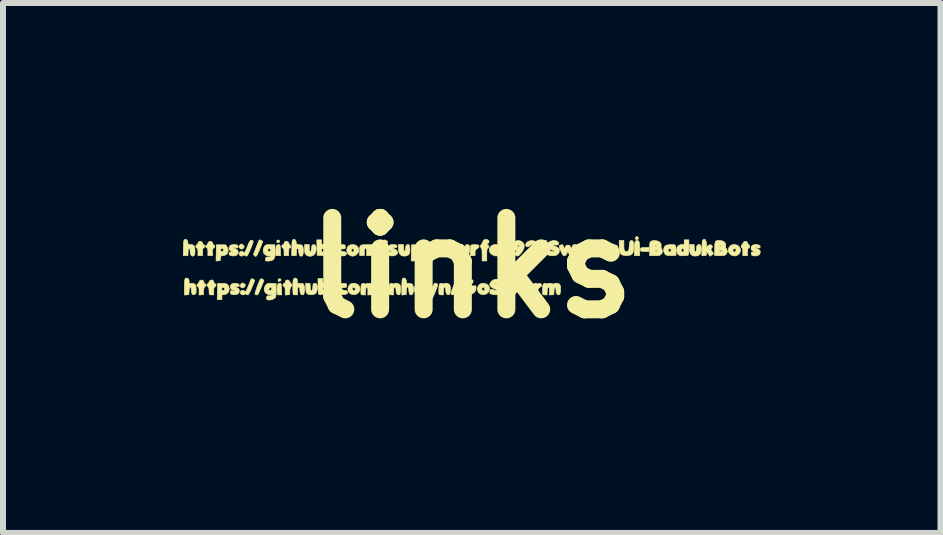
<source format=kicad_pcb>
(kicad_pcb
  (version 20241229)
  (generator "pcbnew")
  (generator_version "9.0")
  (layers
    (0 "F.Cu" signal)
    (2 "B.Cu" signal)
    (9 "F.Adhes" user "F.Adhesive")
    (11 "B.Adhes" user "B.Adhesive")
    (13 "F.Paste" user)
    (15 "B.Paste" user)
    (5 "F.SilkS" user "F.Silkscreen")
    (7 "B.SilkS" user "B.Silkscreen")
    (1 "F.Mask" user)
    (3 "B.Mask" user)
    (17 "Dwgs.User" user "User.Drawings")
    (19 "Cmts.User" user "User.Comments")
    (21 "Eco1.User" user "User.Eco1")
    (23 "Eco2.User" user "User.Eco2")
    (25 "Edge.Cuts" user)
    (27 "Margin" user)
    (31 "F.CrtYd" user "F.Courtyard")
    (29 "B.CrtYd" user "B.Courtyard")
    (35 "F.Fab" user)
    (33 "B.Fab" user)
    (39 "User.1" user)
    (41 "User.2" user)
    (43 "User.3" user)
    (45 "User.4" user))
  (footprint "links"
    (layer "F.Cu")
    (at 4.812 1.418)
    (property "Reference" "links" (at 0 0 0) (layer "F.SilkS") (effects (font (size 1.524 1.524) (thickness 0.3))))
    (attr through_hole)
    (fp_poly (pts (xy -3.203 -0.457) (xy -3.2 -0.441) (xy -3.209 -0.426) (xy -3.22 -0.422) (xy -3.239 -0.425) (xy -3.246 -0.433) (xy -3.246 -0.454) (xy -3.232 -0.466) (xy -3.218 -0.467) (xy -3.203 -0.457)) (stroke (width 0.01) (type solid)) (fill yes) (layer "F.SilkS"))
    (fp_poly (pts (xy -3.189 0.18) (xy -3.177 0.193) (xy -3.177 0.203) (xy -3.187 0.217) (xy -3.205 0.223) (xy -3.222 0.218) (xy -3.227 0.211) (xy -3.225 0.194) (xy -3.211 0.181) (xy -3.192 0.179) (xy -3.189 0.18)) (stroke (width 0.01) (type solid)) (fill yes) (layer "F.SilkS"))
    (fp_poly (pts (xy 2.764 -0.522) (xy 2.769 -0.519) (xy 2.783 -0.5) (xy 2.78 -0.483) (xy 2.769 -0.475) (xy 2.753 -0.47) (xy 2.744 -0.474) (xy 2.737 -0.482) (xy 2.732 -0.498) (xy 2.739 -0.513) (xy 2.752 -0.526) (xy 2.764 -0.522)) (stroke (width 0.01) (type solid)) (fill yes) (layer "F.SilkS"))
    (fp_poly (pts (xy -2.283 0.379) (xy -2.271 0.398) (xy -2.274 0.425) (xy -2.275 0.425) (xy -2.292 0.444) (xy -2.317 0.449) (xy -2.341 0.439) (xy -2.343 0.438) (xy -2.354 0.415) (xy -2.35 0.393) (xy -2.332 0.377) (xy -2.31 0.371) (xy -2.283 0.379)) (stroke (width 0.01) (type solid)) (fill yes) (layer "F.SilkS"))
    (fp_poly (pts (xy -3.802 0.254) (xy -3.79 0.262) (xy -3.774 0.278) (xy -3.773 0.293) (xy -3.778 0.307) (xy -3.796 0.326) (xy -3.82 0.332) (xy -3.844 0.323) (xy -3.849 0.318) (xy -3.857 0.295) (xy -3.848 0.271) (xy -3.833 0.257) (xy -3.817 0.249) (xy -3.802 0.254)) (stroke (width 0.01) (type solid)) (fill yes) (layer "F.SilkS"))
    (fp_poly (pts (xy 2.96 -0.274) (xy 2.899 -0.274) (xy 2.865 -0.275) (xy 2.838 -0.278) (xy 2.826 -0.28) (xy 2.816 -0.293) (xy 2.814 -0.313) (xy 2.822 -0.331) (xy 2.829 -0.336) (xy 2.847 -0.339) (xy 2.877 -0.341) (xy 2.902 -0.342) (xy 2.96 -0.342) (xy 2.96 -0.274)) (stroke (width 0.01) (type solid)) (fill yes) (layer "F.SilkS"))
    (fp_poly (pts (xy -3.214 -0.389) (xy -3.202 -0.387) (xy -3.195 -0.38) (xy -3.191 -0.366) (xy -3.189 -0.341) (xy -3.187 -0.3) (xy -3.187 -0.296) (xy -3.184 -0.205) (xy -3.263 -0.205) (xy -3.263 -0.281) (xy -3.261 -0.332) (xy -3.254 -0.366) (xy -3.241 -0.384) (xy -3.221 -0.39) (xy -3.214 -0.389)) (stroke (width 0.01) (type solid)) (fill yes) (layer "F.SilkS"))
    (fp_poly (pts (xy -2.313 -0.277) (xy -2.301 -0.268) (xy -2.289 -0.25) (xy -2.286 -0.239) (xy -2.294 -0.217) (xy -2.314 -0.202) (xy -2.339 -0.197) (xy -2.361 -0.206) (xy -2.362 -0.207) (xy -2.372 -0.229) (xy -2.368 -0.253) (xy -2.354 -0.274) (xy -2.332 -0.283) (xy -2.33 -0.283) (xy -2.313 -0.277)) (stroke (width 0.01) (type solid)) (fill yes) (layer "F.SilkS"))
    (fp_poly (pts (xy -3.819 -0.393) (xy -3.801 -0.376) (xy -3.791 -0.358) (xy -3.79 -0.354) (xy -3.798 -0.337) (xy -3.815 -0.32) (xy -3.834 -0.313) (xy -3.834 -0.313) (xy -3.852 -0.319) (xy -3.863 -0.328) (xy -3.875 -0.346) (xy -3.878 -0.357) (xy -3.871 -0.375) (xy -3.854 -0.393) (xy -3.835 -0.401) (xy -3.819 -0.393)) (stroke (width 0.01) (type solid)) (fill yes) (layer "F.SilkS"))
    (fp_poly (pts (xy 2.777 -0.456) (xy 2.79 -0.443) (xy 2.798 -0.419) (xy 2.802 -0.382) (xy 2.804 -0.327) (xy 2.804 -0.317) (xy 2.804 -0.205) (xy 2.716 -0.205) (xy 2.716 -0.317) (xy 2.717 -0.374) (xy 2.721 -0.414) (xy 2.728 -0.44) (xy 2.74 -0.454) (xy 2.757 -0.459) (xy 2.76 -0.459) (xy 2.777 -0.456)) (stroke (width 0.01) (type solid)) (fill yes) (layer "F.SilkS"))
    (fp_poly (pts (xy -3.194 0.256) (xy -3.183 0.258) (xy -3.176 0.264) (xy -3.172 0.277) (xy -3.169 0.302) (xy -3.168 0.341) (xy -3.167 0.354) (xy -3.165 0.449) (xy -3.197 0.449) (xy -3.222 0.448) (xy -3.236 0.443) (xy -3.237 0.443) (xy -3.24 0.431) (xy -3.242 0.404) (xy -3.243 0.369) (xy -3.243 0.362) (xy -3.241 0.311) (xy -3.234 0.278) (xy -3.221 0.26) (xy -3.201 0.255) (xy -3.194 0.256)) (stroke (width 0.01) (type solid)) (fill yes) (layer "F.SilkS"))
    (fp_poly (pts (xy 0.642 -0.388) (xy 0.658 -0.374) (xy 0.66 -0.37) (xy 0.661 -0.35) (xy 0.649 -0.333) (xy 0.624 -0.319) (xy 0.609 -0.308) (xy 0.602 -0.291) (xy 0.598 -0.26) (xy 0.598 -0.256) (xy 0.595 -0.205) (xy 0.517 -0.205) (xy 0.52 -0.296) (xy 0.523 -0.386) (xy 0.554 -0.389) (xy 0.579 -0.388) (xy 0.586 -0.38) (xy 0.589 -0.372) (xy 0.598 -0.379) (xy 0.619 -0.39) (xy 0.642 -0.388)) (stroke (width 0.01) (type solid)) (fill yes) (layer "F.SilkS"))
    (fp_poly (pts (xy -0.488 -0.388) (xy -0.454 -0.386) (xy -0.434 -0.383) (xy -0.425 -0.376) (xy -0.422 -0.364) (xy -0.425 -0.346) (xy -0.442 -0.329) (xy -0.454 -0.321) (xy -0.475 -0.307) (xy -0.485 -0.293) (xy -0.488 -0.27) (xy -0.488 -0.253) (xy -0.488 -0.205) (xy -0.567 -0.205) (xy -0.566 -0.286) (xy -0.566 -0.325) (xy -0.563 -0.356) (xy -0.56 -0.376) (xy -0.559 -0.378) (xy -0.544 -0.385) (xy -0.512 -0.388) (xy -0.488 -0.388)) (stroke (width 0.01) (type solid)) (fill yes) (layer "F.SilkS"))
    (fp_poly (pts (xy 0.059 -0.388) (xy 0.093 -0.386) (xy 0.113 -0.383) (xy 0.122 -0.376) (xy 0.125 -0.364) (xy 0.122 -0.346) (xy 0.105 -0.329) (xy 0.093 -0.321) (xy 0.072 -0.307) (xy 0.062 -0.293) (xy 0.059 -0.27) (xy 0.059 -0.253) (xy 0.059 -0.205) (xy -0.02 -0.205) (xy -0.019 -0.286) (xy -0.018 -0.325) (xy -0.016 -0.356) (xy -0.013 -0.376) (xy -0.012 -0.378) (xy 0.003 -0.385) (xy 0.035 -0.388) (xy 0.059 -0.388)) (stroke (width 0.01) (type solid)) (fill yes) (layer "F.SilkS"))
    (fp_poly (pts (xy 2.093 -0.388) (xy 2.112 -0.384) (xy 2.122 -0.377) (xy 2.125 -0.369) (xy 2.126 -0.349) (xy 2.113 -0.333) (xy 2.089 -0.319) (xy 2.075 -0.308) (xy 2.067 -0.291) (xy 2.063 -0.26) (xy 2.063 -0.256) (xy 2.06 -0.205) (xy 1.983 -0.205) (xy 1.983 -0.286) (xy 1.984 -0.324) (xy 1.986 -0.356) (xy 1.99 -0.375) (xy 1.991 -0.378) (xy 2.004 -0.384) (xy 2.032 -0.388) (xy 2.059 -0.389) (xy 2.093 -0.388)) (stroke (width 0.01) (type solid)) (fill yes) (layer "F.SilkS"))
    (fp_poly (pts (xy -1.449 -0.467) (xy -1.429 -0.459) (xy -1.427 -0.458) (xy -1.398 -0.445) (xy -1.449 -0.323) (xy -1.471 -0.27) (xy -1.489 -0.234) (xy -1.503 -0.211) (xy -1.517 -0.2) (xy -1.53 -0.198) (xy -1.541 -0.202) (xy -1.552 -0.215) (xy -1.553 -0.224) (xy -1.55 -0.238) (xy -1.541 -0.265) (xy -1.527 -0.302) (xy -1.512 -0.343) (xy -1.495 -0.384) (xy -1.48 -0.422) (xy -1.467 -0.451) (xy -1.459 -0.467) (xy -1.459 -0.468) (xy -1.449 -0.467)) (stroke (width 0.01) (type solid)) (fill yes) (layer "F.SilkS"))
    (fp_poly (pts (xy -0.24 0.179) (xy -0.219 0.186) (xy -0.217 0.186) (xy -0.187 0.197) (xy -0.238 0.321) (xy -0.26 0.373) (xy -0.277 0.41) (xy -0.29 0.432) (xy -0.301 0.444) (xy -0.308 0.447) (xy -0.328 0.447) (xy -0.335 0.443) (xy -0.34 0.433) (xy -0.34 0.416) (xy -0.334 0.391) (xy -0.321 0.353) (xy -0.301 0.301) (xy -0.297 0.291) (xy -0.279 0.249) (xy -0.265 0.213) (xy -0.254 0.189) (xy -0.25 0.178) (xy -0.25 0.178) (xy -0.24 0.179)) (stroke (width 0.01) (type solid)) (fill yes) (layer "F.SilkS"))
    (fp_poly (pts (xy -3.483 0.188) (xy -3.467 0.199) (xy -3.462 0.21) (xy -3.462 0.21) (xy -3.476 0.247) (xy -3.494 0.29) (xy -3.512 0.333) (xy -3.53 0.374) (xy -3.544 0.408) (xy -3.555 0.43) (xy -3.559 0.437) (xy -3.577 0.448) (xy -3.597 0.447) (xy -3.611 0.434) (xy -3.611 0.434) (xy -3.61 0.42) (xy -3.602 0.393) (xy -3.59 0.356) (xy -3.575 0.314) (xy -3.559 0.272) (xy -3.543 0.233) (xy -3.529 0.202) (xy -3.519 0.184) (xy -3.516 0.18) (xy -3.502 0.18) (xy -3.483 0.188)) (stroke (width 0.01) (type solid)) (fill yes) (layer "F.SilkS"))
    (fp_poly (pts (xy -4.336 -0.442) (xy -4.321 -0.426) (xy -4.318 -0.41) (xy -4.31 -0.394) (xy -4.298 -0.388) (xy -4.282 -0.375) (xy -4.279 -0.363) (xy -4.287 -0.342) (xy -4.298 -0.332) (xy -4.31 -0.323) (xy -4.316 -0.306) (xy -4.318 -0.278) (xy -4.318 -0.263) (xy -4.318 -0.205) (xy -4.396 -0.205) (xy -4.396 -0.265) (xy -4.397 -0.3) (xy -4.402 -0.323) (xy -4.413 -0.338) (xy -4.418 -0.343) (xy -4.44 -0.361) (xy -4.419 -0.379) (xy -4.401 -0.4) (xy -4.392 -0.418) (xy -4.378 -0.438) (xy -4.357 -0.446) (xy -4.336 -0.442)) (stroke (width 0.01) (type solid)) (fill yes) (layer "F.SilkS"))
    (fp_poly (pts (xy -3.041 0.212) (xy -3.032 0.228) (xy -3.019 0.251) (xy -3.008 0.262) (xy -2.992 0.277) (xy -2.993 0.293) (xy -3.008 0.31) (xy -3.021 0.329) (xy -3.028 0.36) (xy -3.03 0.386) (xy -3.033 0.445) (xy -3.107 0.451) (xy -3.107 0.387) (xy -3.108 0.351) (xy -3.111 0.329) (xy -3.119 0.317) (xy -3.126 0.313) (xy -3.142 0.297) (xy -3.146 0.284) (xy -3.138 0.266) (xy -3.126 0.259) (xy -3.11 0.246) (xy -3.107 0.235) (xy -3.099 0.212) (xy -3.082 0.201) (xy -3.06 0.2) (xy -3.041 0.212)) (stroke (width 0.01) (type solid)) (fill yes) (layer "F.SilkS"))
    (fp_poly (pts (xy 1.085 0.259) (xy 1.089 0.264) (xy 1.101 0.267) (xy 1.114 0.261) (xy 1.136 0.254) (xy 1.15 0.26) (xy 1.168 0.278) (xy 1.167 0.298) (xy 1.146 0.319) (xy 1.141 0.322) (xy 1.122 0.336) (xy 1.111 0.353) (xy 1.105 0.379) (xy 1.104 0.393) (xy 1.101 0.423) (xy 1.095 0.439) (xy 1.083 0.445) (xy 1.062 0.448) (xy 1.026 0.451) (xy 1.026 0.368) (xy 1.026 0.328) (xy 1.028 0.294) (xy 1.031 0.273) (xy 1.032 0.269) (xy 1.045 0.258) (xy 1.066 0.254) (xy 1.085 0.259)) (stroke (width 0.01) (type solid)) (fill yes) (layer "F.SilkS"))
    (fp_poly (pts (xy -3.53 -0.468) (xy -3.512 -0.461) (xy -3.493 -0.452) (xy -3.481 -0.443) (xy -3.48 -0.44) (xy -3.484 -0.429) (xy -3.495 -0.404) (xy -3.509 -0.368) (xy -3.526 -0.327) (xy -3.549 -0.271) (xy -3.567 -0.232) (xy -3.581 -0.207) (xy -3.593 -0.195) (xy -3.605 -0.194) (xy -3.617 -0.202) (xy -3.622 -0.207) (xy -3.633 -0.222) (xy -3.634 -0.228) (xy -3.631 -0.24) (xy -3.622 -0.265) (xy -3.608 -0.299) (xy -3.593 -0.339) (xy -3.577 -0.38) (xy -3.562 -0.417) (xy -3.549 -0.447) (xy -3.541 -0.465) (xy -3.54 -0.468) (xy -3.53 -0.468)) (stroke (width 0.01) (type solid)) (fill yes) (layer "F.SilkS"))
    (fp_poly (pts (xy -1.431 0.179) (xy -1.413 0.185) (xy -1.393 0.194) (xy -1.381 0.202) (xy -1.379 0.204) (xy -1.384 0.215) (xy -1.394 0.241) (xy -1.409 0.277) (xy -1.425 0.318) (xy -1.443 0.361) (xy -1.459 0.398) (xy -1.471 0.425) (xy -1.478 0.437) (xy -1.495 0.448) (xy -1.517 0.448) (xy -1.527 0.443) (xy -1.532 0.434) (xy -1.532 0.42) (xy -1.527 0.398) (xy -1.516 0.366) (xy -1.498 0.319) (xy -1.488 0.294) (xy -1.471 0.251) (xy -1.456 0.215) (xy -1.446 0.189) (xy -1.441 0.178) (xy -1.441 0.178) (xy -1.431 0.179)) (stroke (width 0.01) (type solid)) (fill yes) (layer "F.SilkS"))
    (fp_poly (pts (xy -4.491 0.202) (xy -4.484 0.205) (xy -4.468 0.22) (xy -4.465 0.232) (xy -4.457 0.251) (xy -4.445 0.262) (xy -4.428 0.28) (xy -4.429 0.299) (xy -4.445 0.312) (xy -4.456 0.322) (xy -4.462 0.341) (xy -4.466 0.373) (xy -4.467 0.384) (xy -4.469 0.445) (xy -4.543 0.451) (xy -4.543 0.387) (xy -4.544 0.351) (xy -4.547 0.329) (xy -4.555 0.317) (xy -4.562 0.313) (xy -4.578 0.299) (xy -4.582 0.288) (xy -4.574 0.272) (xy -4.562 0.262) (xy -4.547 0.245) (xy -4.543 0.232) (xy -4.534 0.213) (xy -4.515 0.202) (xy -4.491 0.202)) (stroke (width 0.01) (type solid)) (fill yes) (layer "F.SilkS"))
    (fp_poly (pts (xy -2.706 -0.333) (xy -2.704 -0.292) (xy -2.697 -0.27) (xy -2.688 -0.266) (xy -2.679 -0.28) (xy -2.67 -0.312) (xy -2.667 -0.337) (xy -2.663 -0.367) (xy -2.656 -0.382) (xy -2.644 -0.388) (xy -2.638 -0.389) (xy -2.613 -0.385) (xy -2.596 -0.365) (xy -2.589 -0.332) (xy -2.593 -0.288) (xy -2.599 -0.261) (xy -2.618 -0.228) (xy -2.648 -0.205) (xy -2.686 -0.195) (xy -2.725 -0.2) (xy -2.74 -0.207) (xy -2.762 -0.222) (xy -2.776 -0.242) (xy -2.782 -0.272) (xy -2.784 -0.316) (xy -2.784 -0.319) (xy -2.784 -0.391) (xy -2.706 -0.391) (xy -2.706 -0.333)) (stroke (width 0.01) (type solid)) (fill yes) (layer "F.SilkS"))
    (fp_poly (pts (xy -1.131 -0.33) (xy -1.128 -0.293) (xy -1.122 -0.273) (xy -1.115 -0.272) (xy -1.108 -0.289) (xy -1.104 -0.32) (xy -1.097 -0.359) (xy -1.086 -0.381) (xy -1.069 -0.39) (xy -1.054 -0.389) (xy -1.041 -0.385) (xy -1.033 -0.376) (xy -1.03 -0.355) (xy -1.028 -0.328) (xy -1.027 -0.281) (xy -1.031 -0.249) (xy -1.042 -0.227) (xy -1.06 -0.213) (xy -1.065 -0.21) (xy -1.11 -0.197) (xy -1.155 -0.202) (xy -1.174 -0.211) (xy -1.199 -0.235) (xy -1.214 -0.275) (xy -1.221 -0.331) (xy -1.221 -0.344) (xy -1.221 -0.391) (xy -1.134 -0.391) (xy -1.131 -0.33)) (stroke (width 0.01) (type solid)) (fill yes) (layer "F.SilkS"))
    (fp_poly (pts (xy 4.58 -0.443) (xy 4.596 -0.432) (xy 4.601 -0.414) (xy 4.609 -0.4) (xy 4.621 -0.391) (xy 4.636 -0.375) (xy 4.64 -0.361) (xy 4.633 -0.342) (xy 4.621 -0.332) (xy 4.61 -0.323) (xy 4.604 -0.306) (xy 4.601 -0.278) (xy 4.601 -0.263) (xy 4.601 -0.205) (xy 4.523 -0.205) (xy 4.523 -0.268) (xy 4.522 -0.305) (xy 4.517 -0.326) (xy 4.509 -0.336) (xy 4.508 -0.336) (xy 4.497 -0.349) (xy 4.495 -0.368) (xy 4.503 -0.384) (xy 4.508 -0.387) (xy 4.521 -0.4) (xy 4.527 -0.415) (xy 4.539 -0.435) (xy 4.559 -0.445) (xy 4.58 -0.443)) (stroke (width 0.01) (type solid)) (fill yes) (layer "F.SilkS"))
    (fp_poly (pts (xy -3.069 -0.44) (xy -3.052 -0.427) (xy -3.048 -0.415) (xy -3.041 -0.397) (xy -3.028 -0.382) (xy -3.015 -0.364) (xy -3.015 -0.346) (xy -3.026 -0.334) (xy -3.034 -0.332) (xy -3.042 -0.327) (xy -3.046 -0.309) (xy -3.048 -0.275) (xy -3.048 -0.269) (xy -3.048 -0.205) (xy -3.126 -0.205) (xy -3.126 -0.263) (xy -3.127 -0.298) (xy -3.132 -0.318) (xy -3.141 -0.329) (xy -3.146 -0.332) (xy -3.161 -0.349) (xy -3.165 -0.363) (xy -3.157 -0.382) (xy -3.146 -0.388) (xy -3.13 -0.399) (xy -3.126 -0.41) (xy -3.119 -0.431) (xy -3.111 -0.44) (xy -3.092 -0.446) (xy -3.069 -0.44)) (stroke (width 0.01) (type solid)) (fill yes) (layer "F.SilkS"))
    (fp_poly (pts (xy -2.691 0.259) (xy -2.689 0.32) (xy -2.685 0.356) (xy -2.68 0.375) (xy -2.672 0.381) (xy -2.672 0.381) (xy -2.66 0.375) (xy -2.652 0.355) (xy -2.647 0.319) (xy -2.645 0.298) (xy -2.642 0.272) (xy -2.634 0.26) (xy -2.616 0.256) (xy -2.591 0.26) (xy -2.576 0.281) (xy -2.571 0.317) (xy -2.572 0.35) (xy -2.581 0.393) (xy -2.595 0.421) (xy -2.597 0.423) (xy -2.621 0.437) (xy -2.656 0.445) (xy -2.693 0.446) (xy -2.723 0.44) (xy -2.743 0.426) (xy -2.756 0.404) (xy -2.763 0.369) (xy -2.765 0.322) (xy -2.765 0.253) (xy -2.691 0.259)) (stroke (width 0.01) (type solid)) (fill yes) (layer "F.SilkS"))
    (fp_poly (pts (xy -0.147 -0.333) (xy -0.144 -0.293) (xy -0.136 -0.271) (xy -0.126 -0.267) (xy -0.116 -0.28) (xy -0.108 -0.311) (xy -0.106 -0.337) (xy -0.103 -0.367) (xy -0.097 -0.382) (xy -0.085 -0.388) (xy -0.08 -0.389) (xy -0.054 -0.388) (xy -0.038 -0.374) (xy -0.031 -0.346) (xy -0.031 -0.305) (xy -0.036 -0.264) (xy -0.045 -0.238) (xy -0.055 -0.224) (xy -0.084 -0.207) (xy -0.123 -0.199) (xy -0.163 -0.202) (xy -0.182 -0.209) (xy -0.202 -0.22) (xy -0.215 -0.235) (xy -0.222 -0.257) (xy -0.224 -0.292) (xy -0.225 -0.323) (xy -0.225 -0.391) (xy -0.147 -0.391) (xy -0.147 -0.333)) (stroke (width 0.01) (type solid)) (fill yes) (layer "F.SilkS"))
    (fp_poly (pts (xy 3.714 -0.33) (xy 3.717 -0.294) (xy 3.722 -0.275) (xy 3.73 -0.269) (xy 3.732 -0.269) (xy 3.741 -0.274) (xy 3.747 -0.294) (xy 3.75 -0.322) (xy 3.754 -0.359) (xy 3.763 -0.38) (xy 3.78 -0.389) (xy 3.797 -0.391) (xy 3.813 -0.387) (xy 3.823 -0.373) (xy 3.828 -0.346) (xy 3.83 -0.307) (xy 3.823 -0.259) (xy 3.805 -0.225) (xy 3.773 -0.205) (xy 3.746 -0.2) (xy 3.716 -0.199) (xy 3.69 -0.203) (xy 3.686 -0.205) (xy 3.66 -0.223) (xy 3.643 -0.252) (xy 3.635 -0.295) (xy 3.634 -0.325) (xy 3.634 -0.391) (xy 3.711 -0.391) (xy 3.714 -0.33)) (stroke (width 0.01) (type solid)) (fill yes) (layer "F.SilkS"))
    (fp_poly (pts (xy -4.504 -0.44) (xy -4.488 -0.424) (xy -4.484 -0.411) (xy -4.478 -0.395) (xy -4.47 -0.391) (xy -4.455 -0.383) (xy -4.451 -0.376) (xy -4.449 -0.354) (xy -4.459 -0.337) (xy -4.47 -0.332) (xy -4.478 -0.327) (xy -4.483 -0.309) (xy -4.484 -0.275) (xy -4.484 -0.269) (xy -4.484 -0.205) (xy -4.562 -0.205) (xy -4.562 -0.263) (xy -4.563 -0.297) (xy -4.568 -0.318) (xy -4.578 -0.33) (xy -4.583 -0.334) (xy -4.598 -0.35) (xy -4.597 -0.369) (xy -4.586 -0.386) (xy -4.576 -0.391) (xy -4.565 -0.399) (xy -4.562 -0.409) (xy -4.555 -0.431) (xy -4.547 -0.44) (xy -4.527 -0.446) (xy -4.504 -0.44)) (stroke (width 0.01) (type solid)) (fill yes) (layer "F.SilkS"))
    (fp_poly (pts (xy -4.121 0.257) (xy -4.089 0.263) (xy -4.067 0.277) (xy -4.052 0.301) (xy -4.048 0.31) (xy -4.039 0.351) (xy -4.046 0.389) (xy -4.067 0.419) (xy -4.099 0.439) (xy -4.128 0.444) (xy -4.149 0.445) (xy -4.159 0.451) (xy -4.162 0.469) (xy -4.162 0.486) (xy -4.162 0.528) (xy -4.24 0.528) (xy -4.237 0.348) (xy -4.167 0.348) (xy -4.161 0.368) (xy -4.145 0.38) (xy -4.13 0.374) (xy -4.123 0.366) (xy -4.115 0.346) (xy -4.122 0.329) (xy -4.141 0.322) (xy -4.16 0.33) (xy -4.167 0.348) (xy -4.237 0.348) (xy -4.235 0.259) (xy -4.168 0.257) (xy -4.121 0.257)) (stroke (width 0.01) (type solid)) (fill yes) (layer "F.SilkS"))
    (fp_poly (pts (xy -2.105 0.258) (xy -2.087 0.266) (xy -2.082 0.281) (xy -2.083 0.296) (xy -2.086 0.316) (xy -2.096 0.325) (xy -2.117 0.327) (xy -2.125 0.327) (xy -2.15 0.329) (xy -2.162 0.336) (xy -2.164 0.347) (xy -2.16 0.36) (xy -2.146 0.367) (xy -2.121 0.371) (xy -2.087 0.379) (xy -2.067 0.393) (xy -2.063 0.411) (xy -2.072 0.425) (xy -2.098 0.44) (xy -2.134 0.445) (xy -2.171 0.441) (xy -2.185 0.436) (xy -2.211 0.419) (xy -2.231 0.399) (xy -2.245 0.365) (xy -2.243 0.331) (xy -2.226 0.3) (xy -2.199 0.274) (xy -2.164 0.259) (xy -2.124 0.255) (xy -2.105 0.258)) (stroke (width 0.01) (type solid)) (fill yes) (layer "F.SilkS"))
    (fp_poly (pts (xy -1.923 0.261) (xy -1.887 0.282) (xy -1.866 0.312) (xy -1.859 0.351) (xy -1.868 0.387) (xy -1.89 0.416) (xy -1.922 0.437) (xy -1.959 0.445) (xy -2 0.439) (xy -2.009 0.436) (xy -2.04 0.413) (xy -2.058 0.382) (xy -2.062 0.347) (xy -2.061 0.345) (xy -1.989 0.345) (xy -1.984 0.365) (xy -1.982 0.368) (xy -1.964 0.379) (xy -1.947 0.374) (xy -1.939 0.355) (xy -1.939 0.352) (xy -1.945 0.331) (xy -1.96 0.324) (xy -1.979 0.329) (xy -1.989 0.345) (xy -2.061 0.345) (xy -2.054 0.312) (xy -2.035 0.282) (xy -2.006 0.261) (xy -1.969 0.254) (xy -1.923 0.261)) (stroke (width 0.01) (type solid)) (fill yes) (layer "F.SilkS"))
    (fp_poly (pts (xy 0.236 0.261) (xy 0.272 0.282) (xy 0.293 0.312) (xy 0.3 0.351) (xy 0.291 0.387) (xy 0.269 0.416) (xy 0.237 0.437) (xy 0.2 0.445) (xy 0.159 0.439) (xy 0.15 0.436) (xy 0.119 0.413) (xy 0.101 0.382) (xy 0.097 0.347) (xy 0.098 0.345) (xy 0.17 0.345) (xy 0.175 0.365) (xy 0.177 0.368) (xy 0.195 0.379) (xy 0.212 0.374) (xy 0.22 0.355) (xy 0.22 0.352) (xy 0.214 0.331) (xy 0.199 0.324) (xy 0.18 0.329) (xy 0.17 0.345) (xy 0.098 0.345) (xy 0.105 0.312) (xy 0.124 0.282) (xy 0.153 0.261) (xy 0.19 0.254) (xy 0.236 0.261)) (stroke (width 0.01) (type solid)) (fill yes) (layer "F.SilkS"))
    (fp_poly (pts (xy -4.317 0.203) (xy -4.302 0.218) (xy -4.298 0.235) (xy -4.29 0.252) (xy -4.279 0.259) (xy -4.263 0.272) (xy -4.259 0.284) (xy -4.267 0.304) (xy -4.279 0.315) (xy -4.29 0.325) (xy -4.296 0.342) (xy -4.298 0.371) (xy -4.298 0.388) (xy -4.298 0.449) (xy -4.331 0.449) (xy -4.355 0.448) (xy -4.37 0.443) (xy -4.37 0.443) (xy -4.374 0.43) (xy -4.376 0.404) (xy -4.377 0.382) (xy -4.378 0.346) (xy -4.385 0.324) (xy -4.396 0.31) (xy -4.413 0.291) (xy -4.412 0.275) (xy -4.398 0.262) (xy -4.38 0.242) (xy -4.373 0.228) (xy -4.359 0.207) (xy -4.338 0.199) (xy -4.317 0.203)) (stroke (width 0.01) (type solid)) (fill yes) (layer "F.SilkS"))
    (fp_poly (pts (xy -1.935 -0.382) (xy -1.902 -0.358) (xy -1.881 -0.323) (xy -1.88 -0.317) (xy -1.88 -0.282) (xy -1.895 -0.247) (xy -1.922 -0.219) (xy -1.939 -0.209) (xy -1.969 -0.199) (xy -1.992 -0.197) (xy -2.016 -0.205) (xy -2.027 -0.211) (xy -2.06 -0.232) (xy -2.076 -0.26) (xy -2.081 -0.297) (xy -2.08 -0.302) (xy -2.006 -0.302) (xy -2.001 -0.281) (xy -1.986 -0.267) (xy -1.97 -0.268) (xy -1.96 -0.284) (xy -1.959 -0.293) (xy -1.965 -0.314) (xy -1.977 -0.321) (xy -1.997 -0.317) (xy -2.006 -0.302) (xy -2.08 -0.302) (xy -2.073 -0.34) (xy -2.051 -0.37) (xy -2.014 -0.387) (xy -1.975 -0.391) (xy -1.935 -0.382)) (stroke (width 0.01) (type solid)) (fill yes) (layer "F.SilkS"))
    (fp_poly (pts (xy -0.864 -0.387) (xy -0.848 -0.381) (xy -0.834 -0.37) (xy -0.83 -0.365) (xy -0.812 -0.339) (xy -0.806 -0.305) (xy -0.806 -0.298) (xy -0.813 -0.255) (xy -0.835 -0.224) (xy -0.868 -0.208) (xy -0.891 -0.205) (xy -0.928 -0.205) (xy -0.928 -0.117) (xy -1.007 -0.117) (xy -1.003 -0.299) (xy -0.932 -0.299) (xy -0.931 -0.287) (xy -0.918 -0.276) (xy -0.899 -0.275) (xy -0.884 -0.285) (xy -0.882 -0.289) (xy -0.884 -0.307) (xy -0.893 -0.321) (xy -0.907 -0.332) (xy -0.917 -0.327) (xy -0.923 -0.319) (xy -0.932 -0.299) (xy -1.003 -0.299) (xy -1.001 -0.386) (xy -0.927 -0.388) (xy -0.889 -0.389) (xy -0.864 -0.387)) (stroke (width 0.01) (type solid)) (fill yes) (layer "F.SilkS"))
    (fp_poly (pts (xy 4.43 -0.38) (xy 4.456 -0.362) (xy 4.478 -0.329) (xy 4.484 -0.293) (xy 4.476 -0.26) (xy 4.457 -0.231) (xy 4.428 -0.21) (xy 4.393 -0.2) (xy 4.353 -0.205) (xy 4.341 -0.209) (xy 4.306 -0.234) (xy 4.286 -0.267) (xy 4.283 -0.285) (xy 4.358 -0.285) (xy 4.368 -0.27) (xy 4.383 -0.264) (xy 4.399 -0.273) (xy 4.404 -0.281) (xy 4.41 -0.301) (xy 4.409 -0.31) (xy 4.397 -0.321) (xy 4.378 -0.321) (xy 4.363 -0.312) (xy 4.361 -0.308) (xy 4.358 -0.285) (xy 4.283 -0.285) (xy 4.281 -0.304) (xy 4.291 -0.341) (xy 4.313 -0.369) (xy 4.349 -0.388) (xy 4.39 -0.392) (xy 4.43 -0.38)) (stroke (width 0.01) (type solid)) (fill yes) (layer "F.SilkS"))
    (fp_poly (pts (xy 1.927 -0.389) (xy 1.95 -0.385) (xy 1.964 -0.375) (xy 1.97 -0.354) (xy 1.973 -0.321) (xy 1.973 -0.277) (xy 1.973 -0.207) (xy 1.895 -0.207) (xy 1.85 -0.208) (xy 1.82 -0.212) (xy 1.801 -0.22) (xy 1.798 -0.223) (xy 1.777 -0.251) (xy 1.767 -0.287) (xy 1.768 -0.297) (xy 1.843 -0.297) (xy 1.848 -0.281) (xy 1.861 -0.265) (xy 1.876 -0.269) (xy 1.885 -0.278) (xy 1.893 -0.299) (xy 1.885 -0.316) (xy 1.867 -0.322) (xy 1.848 -0.315) (xy 1.843 -0.297) (xy 1.768 -0.297) (xy 1.769 -0.325) (xy 1.782 -0.357) (xy 1.8 -0.375) (xy 1.826 -0.384) (xy 1.867 -0.389) (xy 1.892 -0.389) (xy 1.927 -0.389)) (stroke (width 0.01) (type solid)) (fill yes) (layer "F.SilkS"))
    (fp_poly (pts (xy 3.363 -0.389) (xy 3.386 -0.385) (xy 3.4 -0.375) (xy 3.407 -0.354) (xy 3.409 -0.321) (xy 3.409 -0.277) (xy 3.409 -0.207) (xy 3.331 -0.207) (xy 3.286 -0.208) (xy 3.256 -0.212) (xy 3.237 -0.22) (xy 3.234 -0.223) (xy 3.213 -0.251) (xy 3.203 -0.287) (xy 3.204 -0.297) (xy 3.279 -0.297) (xy 3.284 -0.281) (xy 3.297 -0.265) (xy 3.312 -0.269) (xy 3.321 -0.278) (xy 3.329 -0.299) (xy 3.322 -0.316) (xy 3.303 -0.322) (xy 3.284 -0.315) (xy 3.279 -0.297) (xy 3.204 -0.297) (xy 3.205 -0.325) (xy 3.218 -0.357) (xy 3.236 -0.375) (xy 3.262 -0.384) (xy 3.303 -0.389) (xy 3.328 -0.389) (xy 3.363 -0.389)) (stroke (width 0.01) (type solid)) (fill yes) (layer "F.SilkS"))
    (fp_poly (pts (xy -4.076 -0.352) (xy -4.059 -0.314) (xy -4.059 -0.276) (xy -4.072 -0.242) (xy -4.098 -0.218) (xy -4.133 -0.206) (xy -4.143 -0.205) (xy -4.166 -0.204) (xy -4.178 -0.197) (xy -4.182 -0.179) (xy -4.183 -0.164) (xy -4.186 -0.137) (xy -4.193 -0.125) (xy -4.21 -0.12) (xy -4.223 -0.119) (xy -4.26 -0.116) (xy -4.257 -0.251) (xy -4.256 -0.302) (xy -4.186 -0.302) (xy -4.185 -0.29) (xy -4.172 -0.276) (xy -4.153 -0.275) (xy -4.138 -0.285) (xy -4.136 -0.289) (xy -4.137 -0.307) (xy -4.146 -0.32) (xy -4.16 -0.331) (xy -4.171 -0.327) (xy -4.177 -0.321) (xy -4.186 -0.302) (xy -4.256 -0.302) (xy -4.255 -0.386) (xy -4.099 -0.386) (xy -4.076 -0.352)) (stroke (width 0.01) (type solid)) (fill yes) (layer "F.SilkS"))
    (fp_poly (pts (xy 0.274 -0.467) (xy 0.289 -0.452) (xy 0.292 -0.433) (xy 0.281 -0.415) (xy 0.273 -0.41) (xy 0.252 -0.399) (xy 0.273 -0.384) (xy 0.29 -0.365) (xy 0.289 -0.345) (xy 0.274 -0.33) (xy 0.265 -0.322) (xy 0.259 -0.311) (xy 0.256 -0.291) (xy 0.254 -0.259) (xy 0.254 -0.217) (xy 0.254 -0.117) (xy 0.176 -0.117) (xy 0.176 -0.219) (xy 0.175 -0.268) (xy 0.173 -0.301) (xy 0.168 -0.321) (xy 0.161 -0.332) (xy 0.161 -0.332) (xy 0.149 -0.352) (xy 0.149 -0.374) (xy 0.16 -0.388) (xy 0.171 -0.402) (xy 0.183 -0.426) (xy 0.185 -0.432) (xy 0.2 -0.461) (xy 0.22 -0.475) (xy 0.221 -0.475) (xy 0.25 -0.476) (xy 0.274 -0.467)) (stroke (width 0.01) (type solid)) (fill yes) (layer "F.SilkS"))
    (fp_poly (pts (xy -2.143 -0.389) (xy -2.119 -0.386) (xy -2.108 -0.378) (xy -2.105 -0.359) (xy -2.105 -0.352) (xy -2.106 -0.33) (xy -2.114 -0.32) (xy -2.133 -0.318) (xy -2.144 -0.318) (xy -2.17 -0.316) (xy -2.181 -0.309) (xy -2.183 -0.298) (xy -2.18 -0.285) (xy -2.166 -0.278) (xy -2.143 -0.275) (xy -2.106 -0.268) (xy -2.088 -0.254) (xy -2.087 -0.233) (xy -2.09 -0.225) (xy -2.104 -0.209) (xy -2.115 -0.205) (xy -2.137 -0.202) (xy -2.141 -0.201) (xy -2.159 -0.201) (xy -2.185 -0.205) (xy -2.188 -0.205) (xy -2.222 -0.221) (xy -2.249 -0.246) (xy -2.265 -0.276) (xy -2.266 -0.289) (xy -2.258 -0.331) (xy -2.234 -0.363) (xy -2.198 -0.383) (xy -2.151 -0.389) (xy -2.143 -0.389)) (stroke (width 0.01) (type solid)) (fill yes) (layer "F.SilkS"))
    (fp_poly (pts (xy -3.92 -0.387) (xy -3.897 -0.374) (xy -3.89 -0.355) (xy -3.892 -0.346) (xy -3.9 -0.336) (xy -3.918 -0.333) (xy -3.94 -0.336) (xy -3.981 -0.342) (xy -3.937 -0.32) (xy -3.909 -0.304) (xy -3.895 -0.288) (xy -3.89 -0.268) (xy -3.895 -0.238) (xy -3.916 -0.215) (xy -3.948 -0.202) (xy -3.988 -0.201) (xy -4.013 -0.206) (xy -4.035 -0.215) (xy -4.043 -0.228) (xy -4.043 -0.242) (xy -4.039 -0.259) (xy -4.029 -0.266) (xy -4.006 -0.267) (xy -4 -0.266) (xy -3.976 -0.265) (xy -3.97 -0.266) (xy -3.981 -0.271) (xy -3.991 -0.275) (xy -4.022 -0.289) (xy -4.039 -0.305) (xy -4.044 -0.327) (xy -4.044 -0.332) (xy -4.037 -0.362) (xy -4.014 -0.382) (xy -3.974 -0.39) (xy -3.959 -0.391) (xy -3.92 -0.387)) (stroke (width 0.01) (type solid)) (fill yes) (layer "F.SilkS"))
    (fp_poly (pts (xy 4.778 -0.387) (xy 4.804 -0.375) (xy 4.814 -0.358) (xy 4.813 -0.347) (xy 4.805 -0.336) (xy 4.789 -0.333) (xy 4.765 -0.336) (xy 4.723 -0.342) (xy 4.767 -0.32) (xy 4.795 -0.304) (xy 4.809 -0.288) (xy 4.814 -0.268) (xy 4.809 -0.238) (xy 4.788 -0.215) (xy 4.755 -0.202) (xy 4.713 -0.201) (xy 4.694 -0.204) (xy 4.673 -0.212) (xy 4.665 -0.227) (xy 4.665 -0.239) (xy 4.666 -0.258) (xy 4.674 -0.266) (xy 4.694 -0.267) (xy 4.704 -0.266) (xy 4.728 -0.265) (xy 4.734 -0.266) (xy 4.724 -0.271) (xy 4.714 -0.275) (xy 4.682 -0.289) (xy 4.665 -0.305) (xy 4.66 -0.327) (xy 4.66 -0.332) (xy 4.668 -0.363) (xy 4.692 -0.382) (xy 4.731 -0.391) (xy 4.739 -0.391) (xy 4.778 -0.387)) (stroke (width 0.01) (type solid)) (fill yes) (layer "F.SilkS"))
    (fp_poly (pts (xy -4.738 0.172) (xy -4.733 0.174) (xy -4.716 0.186) (xy -4.71 0.205) (xy -4.709 0.222) (xy -4.709 0.259) (xy -4.671 0.256) (xy -4.636 0.257) (xy -4.612 0.27) (xy -4.598 0.297) (xy -4.592 0.339) (xy -4.592 0.362) (xy -4.592 0.398) (xy -4.595 0.42) (xy -4.601 0.432) (xy -4.613 0.44) (xy -4.616 0.441) (xy -4.64 0.447) (xy -4.657 0.437) (xy -4.668 0.409) (xy -4.672 0.373) (xy -4.675 0.339) (xy -4.681 0.322) (xy -4.689 0.318) (xy -4.698 0.323) (xy -4.704 0.341) (xy -4.708 0.375) (xy -4.709 0.381) (xy -4.714 0.445) (xy -4.75 0.448) (xy -4.787 0.451) (xy -4.787 0.319) (xy -4.786 0.258) (xy -4.784 0.215) (xy -4.778 0.186) (xy -4.77 0.171) (xy -4.756 0.167) (xy -4.738 0.172)) (stroke (width 0.01) (type solid)) (fill yes) (layer "F.SilkS"))
    (fp_poly (pts (xy -3.914 0.257) (xy -3.889 0.266) (xy -3.873 0.28) (xy -3.872 0.298) (xy -3.88 0.309) (xy -3.897 0.312) (xy -3.92 0.31) (xy -3.961 0.305) (xy -3.917 0.326) (xy -3.89 0.341) (xy -3.876 0.356) (xy -3.871 0.377) (xy -3.871 0.377) (xy -3.876 0.409) (xy -3.896 0.432) (xy -3.928 0.445) (xy -3.969 0.446) (xy -3.996 0.441) (xy -4.014 0.431) (xy -4.02 0.41) (xy -4.02 0.405) (xy -4.019 0.387) (xy -4.012 0.379) (xy -3.994 0.38) (xy -3.974 0.385) (xy -3.954 0.387) (xy -3.947 0.381) (xy -3.955 0.373) (xy -3.964 0.371) (xy -3.993 0.364) (xy -4.014 0.344) (xy -4.024 0.318) (xy -4.021 0.292) (xy -4.004 0.27) (xy -4.003 0.269) (xy -3.976 0.257) (xy -3.945 0.254) (xy -3.914 0.257)) (stroke (width 0.01) (type solid)) (fill yes) (layer "F.SilkS"))
    (fp_poly (pts (xy -3.672 -0.461) (xy -3.65 -0.456) (xy -3.641 -0.45) (xy -3.641 -0.438) (xy -3.648 -0.413) (xy -3.66 -0.378) (xy -3.676 -0.338) (xy -3.693 -0.297) (xy -3.71 -0.258) (xy -3.726 -0.227) (xy -3.739 -0.206) (xy -3.743 -0.202) (xy -3.761 -0.197) (xy -3.778 -0.207) (xy -3.793 -0.217) (xy -3.804 -0.213) (xy -3.808 -0.209) (xy -3.83 -0.196) (xy -3.853 -0.203) (xy -3.863 -0.211) (xy -3.877 -0.233) (xy -3.872 -0.254) (xy -3.861 -0.267) (xy -3.838 -0.281) (xy -3.819 -0.278) (xy -3.802 -0.264) (xy -3.794 -0.256) (xy -3.788 -0.254) (xy -3.78 -0.261) (xy -3.771 -0.279) (xy -3.757 -0.309) (xy -3.739 -0.354) (xy -3.72 -0.401) (xy -3.705 -0.432) (xy -3.694 -0.45) (xy -3.685 -0.459) (xy -3.675 -0.462) (xy -3.672 -0.461)) (stroke (width 0.01) (type solid)) (fill yes) (layer "F.SilkS"))
    (fp_poly (pts (xy -2.936 -0.466) (xy -2.925 -0.44) (xy -2.923 -0.426) (xy -2.92 -0.404) (xy -2.912 -0.394) (xy -2.894 -0.391) (xy -2.878 -0.391) (xy -2.844 -0.387) (xy -2.822 -0.375) (xy -2.81 -0.352) (xy -2.804 -0.314) (xy -2.804 -0.287) (xy -2.807 -0.239) (xy -2.816 -0.208) (xy -2.831 -0.196) (xy -2.854 -0.2) (xy -2.862 -0.205) (xy -2.872 -0.221) (xy -2.88 -0.252) (xy -2.882 -0.271) (xy -2.886 -0.305) (xy -2.893 -0.323) (xy -2.901 -0.327) (xy -2.91 -0.322) (xy -2.916 -0.305) (xy -2.919 -0.272) (xy -2.919 -0.266) (xy -2.922 -0.205) (xy -3 -0.205) (xy -2.997 -0.334) (xy -2.996 -0.387) (xy -2.993 -0.424) (xy -2.99 -0.449) (xy -2.986 -0.463) (xy -2.979 -0.471) (xy -2.977 -0.473) (xy -2.955 -0.478) (xy -2.936 -0.466)) (stroke (width 0.01) (type solid)) (fill yes) (layer "F.SilkS"))
    (fp_poly (pts (xy -2.501 -0.43) (xy -2.5 -0.405) (xy -2.493 -0.394) (xy -2.476 -0.391) (xy -2.463 -0.391) (xy -2.433 -0.387) (xy -2.411 -0.374) (xy -2.398 -0.359) (xy -2.381 -0.334) (xy -2.375 -0.31) (xy -2.377 -0.29) (xy -2.386 -0.259) (xy -2.401 -0.232) (xy -2.403 -0.23) (xy -2.426 -0.211) (xy -2.448 -0.201) (xy -2.464 -0.201) (xy -2.466 -0.203) (xy -2.478 -0.206) (xy -2.502 -0.208) (xy -2.522 -0.209) (xy -2.574 -0.21) (xy -2.576 -0.3) (xy -2.501 -0.3) (xy -2.496 -0.274) (xy -2.484 -0.264) (xy -2.467 -0.272) (xy -2.462 -0.278) (xy -2.454 -0.299) (xy -2.462 -0.316) (xy -2.481 -0.322) (xy -2.497 -0.316) (xy -2.501 -0.3) (xy -2.576 -0.3) (xy -2.577 -0.339) (xy -2.58 -0.469) (xy -2.501 -0.469) (xy -2.501 -0.43)) (stroke (width 0.01) (type solid)) (fill yes) (layer "F.SilkS"))
    (fp_poly (pts (xy 0.831 -0.444) (xy 0.862 -0.419) (xy 0.878 -0.385) (xy 0.877 -0.344) (xy 0.86 -0.298) (xy 0.827 -0.249) (xy 0.816 -0.236) (xy 0.791 -0.21) (xy 0.773 -0.199) (xy 0.756 -0.2) (xy 0.735 -0.212) (xy 0.735 -0.212) (xy 0.713 -0.227) (xy 0.734 -0.256) (xy 0.746 -0.275) (xy 0.751 -0.286) (xy 0.751 -0.287) (xy 0.74 -0.292) (xy 0.72 -0.301) (xy 0.692 -0.322) (xy 0.679 -0.351) (xy 0.68 -0.366) (xy 0.762 -0.366) (xy 0.769 -0.355) (xy 0.783 -0.354) (xy 0.796 -0.363) (xy 0.799 -0.369) (xy 0.794 -0.379) (xy 0.782 -0.381) (xy 0.766 -0.375) (xy 0.762 -0.366) (xy 0.68 -0.366) (xy 0.681 -0.385) (xy 0.698 -0.418) (xy 0.715 -0.435) (xy 0.753 -0.455) (xy 0.795 -0.457) (xy 0.831 -0.444)) (stroke (width 0.01) (type solid)) (fill yes) (layer "F.SilkS"))
    (fp_poly (pts (xy 2.54 -0.378) (xy 2.541 -0.331) (xy 2.546 -0.3) (xy 2.556 -0.282) (xy 2.572 -0.274) (xy 2.585 -0.274) (xy 2.604 -0.277) (xy 2.617 -0.291) (xy 2.625 -0.317) (xy 2.629 -0.358) (xy 2.63 -0.371) (xy 2.633 -0.411) (xy 2.638 -0.436) (xy 2.646 -0.45) (xy 2.65 -0.453) (xy 2.671 -0.459) (xy 2.684 -0.453) (xy 2.693 -0.443) (xy 2.699 -0.424) (xy 2.703 -0.392) (xy 2.704 -0.366) (xy 2.704 -0.309) (xy 2.696 -0.268) (xy 2.681 -0.239) (xy 2.658 -0.22) (xy 2.656 -0.219) (xy 2.623 -0.209) (xy 2.582 -0.206) (xy 2.542 -0.209) (xy 2.512 -0.219) (xy 2.49 -0.235) (xy 2.475 -0.258) (xy 2.467 -0.29) (xy 2.463 -0.337) (xy 2.462 -0.369) (xy 2.462 -0.459) (xy 2.54 -0.459) (xy 2.54 -0.378)) (stroke (width 0.01) (type solid)) (fill yes) (layer "F.SilkS"))
    (fp_poly (pts (xy 3.624 -0.349) (xy 3.624 -0.302) (xy 3.622 -0.262) (xy 3.62 -0.232) (xy 3.617 -0.218) (xy 3.617 -0.218) (xy 3.603 -0.211) (xy 3.576 -0.207) (xy 3.559 -0.207) (xy 3.529 -0.206) (xy 3.507 -0.204) (xy 3.5 -0.202) (xy 3.487 -0.203) (xy 3.466 -0.211) (xy 3.466 -0.211) (xy 3.438 -0.232) (xy 3.423 -0.262) (xy 3.42 -0.3) (xy 3.497 -0.3) (xy 3.502 -0.274) (xy 3.514 -0.264) (xy 3.531 -0.272) (xy 3.536 -0.278) (xy 3.544 -0.299) (xy 3.536 -0.316) (xy 3.517 -0.322) (xy 3.501 -0.316) (xy 3.497 -0.3) (xy 3.42 -0.3) (xy 3.419 -0.303) (xy 3.427 -0.344) (xy 3.45 -0.374) (xy 3.485 -0.389) (xy 3.507 -0.391) (xy 3.546 -0.391) (xy 3.546 -0.469) (xy 3.624 -0.469) (xy 3.624 -0.349)) (stroke (width 0.01) (type solid)) (fill yes) (layer "F.SilkS"))
    (fp_poly (pts (xy -1.107 0.175) (xy -1.091 0.197) (xy -1.084 0.227) (xy -1.084 0.229) (xy -1.083 0.251) (xy -1.075 0.258) (xy -1.06 0.256) (xy -1.021 0.256) (xy -0.992 0.27) (xy -0.979 0.288) (xy -0.97 0.318) (xy -0.967 0.354) (xy -0.969 0.391) (xy -0.975 0.421) (xy -0.983 0.434) (xy -1.005 0.449) (xy -1.025 0.446) (xy -1.038 0.426) (xy -1.045 0.391) (xy -1.045 0.38) (xy -1.049 0.345) (xy -1.058 0.324) (xy -1.06 0.322) (xy -1.071 0.316) (xy -1.078 0.322) (xy -1.083 0.34) (xy -1.086 0.375) (xy -1.087 0.391) (xy -1.089 0.445) (xy -1.126 0.448) (xy -1.163 0.451) (xy -1.163 0.32) (xy -1.162 0.261) (xy -1.16 0.219) (xy -1.155 0.191) (xy -1.148 0.175) (xy -1.137 0.167) (xy -1.127 0.166) (xy -1.107 0.175)) (stroke (width 0.01) (type solid)) (fill yes) (layer "F.SilkS"))
    (fp_poly (pts (xy -0.58 0.257) (xy -0.569 0.267) (xy -0.567 0.287) (xy -0.574 0.319) (xy -0.591 0.365) (xy -0.604 0.397) (xy -0.629 0.455) (xy -0.65 0.497) (xy -0.666 0.523) (xy -0.681 0.536) (xy -0.694 0.537) (xy -0.708 0.528) (xy -0.711 0.526) (xy -0.722 0.502) (xy -0.718 0.471) (xy -0.709 0.45) (xy -0.703 0.436) (xy -0.703 0.42) (xy -0.709 0.398) (xy -0.723 0.364) (xy -0.724 0.359) (xy -0.738 0.326) (xy -0.746 0.299) (xy -0.748 0.285) (xy -0.748 0.284) (xy -0.736 0.275) (xy -0.714 0.265) (xy -0.694 0.26) (xy -0.683 0.265) (xy -0.675 0.285) (xy -0.674 0.289) (xy -0.663 0.314) (xy -0.654 0.32) (xy -0.644 0.307) (xy -0.636 0.288) (xy -0.624 0.264) (xy -0.608 0.255) (xy -0.601 0.254) (xy -0.58 0.257)) (stroke (width 0.01) (type solid)) (fill yes) (layer "F.SilkS"))
    (fp_poly (pts (xy 3.901 -0.468) (xy 3.912 -0.438) (xy 3.916 -0.406) (xy 3.919 -0.349) (xy 3.941 -0.371) (xy 3.967 -0.386) (xy 3.99 -0.387) (xy 4.008 -0.376) (xy 4.016 -0.358) (xy 4.009 -0.334) (xy 4.001 -0.323) (xy 3.992 -0.31) (xy 3.993 -0.298) (xy 4.006 -0.28) (xy 4.01 -0.276) (xy 4.026 -0.256) (xy 4.034 -0.243) (xy 4.035 -0.241) (xy 4.028 -0.233) (xy 4.01 -0.218) (xy 4.006 -0.215) (xy 3.977 -0.195) (xy 3.947 -0.236) (xy 3.917 -0.276) (xy 3.917 -0.241) (xy 3.916 -0.218) (xy 3.909 -0.208) (xy 3.891 -0.205) (xy 3.878 -0.205) (xy 3.839 -0.205) (xy 3.841 -0.334) (xy 3.843 -0.387) (xy 3.845 -0.424) (xy 3.848 -0.449) (xy 3.853 -0.463) (xy 3.859 -0.471) (xy 3.861 -0.473) (xy 3.884 -0.479) (xy 3.901 -0.468)) (stroke (width 0.01) (type solid)) (fill yes) (layer "F.SilkS"))
    (fp_poly (pts (xy -4.744 -0.466) (xy -4.732 -0.44) (xy -4.73 -0.426) (xy -4.727 -0.404) (xy -4.72 -0.394) (xy -4.702 -0.391) (xy -4.684 -0.391) (xy -4.652 -0.387) (xy -4.63 -0.374) (xy -4.617 -0.349) (xy -4.612 -0.308) (xy -4.611 -0.281) (xy -4.612 -0.245) (xy -4.616 -0.223) (xy -4.623 -0.21) (xy -4.63 -0.205) (xy -4.648 -0.197) (xy -4.659 -0.198) (xy -4.672 -0.208) (xy -4.685 -0.228) (xy -4.691 -0.267) (xy -4.691 -0.274) (xy -4.695 -0.307) (xy -4.701 -0.323) (xy -4.709 -0.327) (xy -4.717 -0.322) (xy -4.723 -0.305) (xy -4.726 -0.272) (xy -4.726 -0.266) (xy -4.729 -0.205) (xy -4.807 -0.205) (xy -4.804 -0.334) (xy -4.803 -0.387) (xy -4.801 -0.424) (xy -4.798 -0.449) (xy -4.793 -0.463) (xy -4.786 -0.471) (xy -4.784 -0.473) (xy -4.762 -0.478) (xy -4.744 -0.466)) (stroke (width 0.01) (type solid)) (fill yes) (layer "F.SilkS"))
    (fp_poly (pts (xy -3.66 0.18) (xy -3.641 0.187) (xy -3.623 0.196) (xy -3.615 0.205) (xy -3.615 0.205) (xy -3.618 0.216) (xy -3.628 0.241) (xy -3.642 0.277) (xy -3.66 0.321) (xy -3.663 0.328) (xy -3.686 0.381) (xy -3.704 0.418) (xy -3.719 0.439) (xy -3.733 0.448) (xy -3.747 0.446) (xy -3.757 0.439) (xy -3.773 0.432) (xy -3.783 0.438) (xy -3.806 0.449) (xy -3.831 0.445) (xy -3.85 0.427) (xy -3.851 0.425) (xy -3.857 0.403) (xy -3.849 0.386) (xy -3.828 0.373) (xy -3.802 0.374) (xy -3.781 0.387) (xy -3.779 0.39) (xy -3.773 0.396) (xy -3.767 0.394) (xy -3.758 0.382) (xy -3.747 0.357) (xy -3.73 0.317) (xy -3.721 0.297) (xy -3.703 0.254) (xy -3.688 0.217) (xy -3.677 0.191) (xy -3.671 0.18) (xy -3.671 0.18) (xy -3.66 0.18)) (stroke (width 0.01) (type solid)) (fill yes) (layer "F.SilkS"))
    (fp_poly (pts (xy -2.481 0.215) (xy -2.48 0.24) (xy -2.474 0.251) (xy -2.457 0.254) (xy -2.448 0.254) (xy -2.408 0.263) (xy -2.378 0.287) (xy -2.36 0.325) (xy -2.358 0.338) (xy -2.357 0.368) (xy -2.366 0.391) (xy -2.378 0.407) (xy -2.411 0.436) (xy -2.447 0.445) (xy -2.475 0.44) (xy -2.498 0.436) (xy -2.506 0.44) (xy -2.521 0.449) (xy -2.541 0.443) (xy -2.548 0.438) (xy -2.554 0.422) (xy -2.557 0.387) (xy -2.559 0.344) (xy -2.481 0.344) (xy -2.477 0.37) (xy -2.463 0.379) (xy -2.453 0.379) (xy -2.441 0.368) (xy -2.437 0.352) (xy -2.443 0.331) (xy -2.459 0.324) (xy -2.476 0.326) (xy -2.481 0.34) (xy -2.481 0.344) (xy -2.559 0.344) (xy -2.559 0.334) (xy -2.56 0.301) (xy -2.56 0.176) (xy -2.481 0.176) (xy -2.481 0.215)) (stroke (width 0.01) (type solid)) (fill yes) (layer "F.SilkS"))
    (fp_poly (pts (xy 2.383 -0.386) (xy 2.412 -0.38) (xy 2.429 -0.369) (xy 2.438 -0.35) (xy 2.442 -0.322) (xy 2.442 -0.287) (xy 2.442 -0.249) (xy 2.439 -0.226) (xy 2.432 -0.212) (xy 2.423 -0.205) (xy 2.405 -0.201) (xy 2.388 -0.211) (xy 2.384 -0.215) (xy 2.369 -0.239) (xy 2.364 -0.276) (xy 2.364 -0.278) (xy 2.362 -0.307) (xy 2.356 -0.321) (xy 2.349 -0.322) (xy 2.341 -0.318) (xy 2.336 -0.302) (xy 2.335 -0.271) (xy 2.335 -0.264) (xy 2.335 -0.205) (xy 2.257 -0.205) (xy 2.257 -0.262) (xy 2.255 -0.301) (xy 2.251 -0.322) (xy 2.242 -0.328) (xy 2.231 -0.321) (xy 2.222 -0.304) (xy 2.218 -0.272) (xy 2.218 -0.258) (xy 2.218 -0.205) (xy 2.148 -0.205) (xy 2.151 -0.296) (xy 2.154 -0.386) (xy 2.281 -0.387) (xy 2.341 -0.388) (xy 2.383 -0.386)) (stroke (width 0.01) (type solid)) (fill yes) (layer "F.SilkS"))
    (fp_poly (pts (xy -1.27 -0.388) (xy -1.248 -0.378) (xy -1.242 -0.362) (xy -1.243 -0.355) (xy -1.25 -0.343) (xy -1.267 -0.339) (xy -1.283 -0.339) (xy -1.309 -0.339) (xy -1.317 -0.336) (xy -1.306 -0.328) (xy -1.28 -0.316) (xy -1.25 -0.297) (xy -1.235 -0.273) (xy -1.234 -0.246) (xy -1.247 -0.224) (xy -1.272 -0.21) (xy -1.304 -0.202) (xy -1.327 -0.2) (xy -1.351 -0.204) (xy -1.356 -0.205) (xy -1.381 -0.212) (xy -1.392 -0.219) (xy -1.393 -0.233) (xy -1.39 -0.247) (xy -1.385 -0.263) (xy -1.375 -0.27) (xy -1.354 -0.27) (xy -1.345 -0.269) (xy -1.32 -0.266) (xy -1.314 -0.266) (xy -1.324 -0.271) (xy -1.333 -0.275) (xy -1.372 -0.295) (xy -1.393 -0.318) (xy -1.395 -0.343) (xy -1.378 -0.369) (xy -1.376 -0.371) (xy -1.349 -0.386) (xy -1.311 -0.391) (xy -1.31 -0.391) (xy -1.27 -0.388)) (stroke (width 0.01) (type solid)) (fill yes) (layer "F.SilkS"))
    (fp_poly (pts (xy -0.647 -0.384) (xy -0.614 -0.365) (xy -0.593 -0.338) (xy -0.586 -0.312) (xy -0.586 -0.299) (xy -0.59 -0.29) (xy -0.6 -0.284) (xy -0.621 -0.279) (xy -0.656 -0.273) (xy -0.674 -0.27) (xy -0.684 -0.268) (xy -0.674 -0.266) (xy -0.662 -0.265) (xy -0.638 -0.263) (xy -0.628 -0.255) (xy -0.625 -0.237) (xy -0.625 -0.234) (xy -0.629 -0.213) (xy -0.637 -0.205) (xy -0.657 -0.203) (xy -0.669 -0.2) (xy -0.69 -0.201) (xy -0.718 -0.209) (xy -0.729 -0.214) (xy -0.764 -0.238) (xy -0.783 -0.269) (xy -0.788 -0.303) (xy -0.782 -0.325) (xy -0.697 -0.325) (xy -0.684 -0.324) (xy -0.67 -0.325) (xy -0.672 -0.329) (xy -0.692 -0.33) (xy -0.696 -0.329) (xy -0.697 -0.325) (xy -0.782 -0.325) (xy -0.779 -0.336) (xy -0.758 -0.365) (xy -0.725 -0.384) (xy -0.685 -0.391) (xy -0.647 -0.384)) (stroke (width 0.01) (type solid)) (fill yes) (layer "F.SilkS"))
    (fp_poly (pts (xy 0.787 0.259) (xy 0.797 0.275) (xy 0.794 0.305) (xy 0.777 0.349) (xy 0.767 0.371) (xy 0.749 0.406) (xy 0.736 0.426) (xy 0.724 0.436) (xy 0.711 0.438) (xy 0.705 0.438) (xy 0.68 0.427) (xy 0.663 0.404) (xy 0.648 0.372) (xy 0.632 0.406) (xy 0.616 0.43) (xy 0.598 0.439) (xy 0.591 0.44) (xy 0.577 0.437) (xy 0.566 0.429) (xy 0.553 0.409) (xy 0.537 0.377) (xy 0.531 0.364) (xy 0.497 0.289) (xy 0.52 0.272) (xy 0.542 0.258) (xy 0.557 0.258) (xy 0.571 0.275) (xy 0.578 0.291) (xy 0.594 0.327) (xy 0.605 0.296) (xy 0.617 0.273) (xy 0.634 0.265) (xy 0.645 0.264) (xy 0.669 0.269) (xy 0.686 0.287) (xy 0.689 0.294) (xy 0.705 0.324) (xy 0.721 0.292) (xy 0.74 0.266) (xy 0.764 0.256) (xy 0.787 0.259)) (stroke (width 0.01) (type solid)) (fill yes) (layer "F.SilkS"))
    (fp_poly (pts (xy -1.226 0.26) (xy -1.204 0.271) (xy -1.202 0.274) (xy -1.191 0.289) (xy -1.184 0.31) (xy -1.182 0.344) (xy -1.182 0.36) (xy -1.185 0.405) (xy -1.193 0.434) (xy -1.207 0.448) (xy -1.218 0.449) (xy -1.239 0.44) (xy -1.254 0.416) (xy -1.26 0.378) (xy -1.26 0.372) (xy -1.262 0.337) (xy -1.268 0.32) (xy -1.279 0.318) (xy -1.286 0.324) (xy -1.295 0.341) (xy -1.299 0.375) (xy -1.299 0.392) (xy -1.299 0.449) (xy -1.334 0.449) (xy -1.359 0.446) (xy -1.373 0.437) (xy -1.373 0.436) (xy -1.375 0.421) (xy -1.376 0.391) (xy -1.376 0.354) (xy -1.375 0.347) (xy -1.373 0.306) (xy -1.368 0.28) (xy -1.361 0.265) (xy -1.356 0.26) (xy -1.335 0.255) (xy -1.319 0.261) (xy -1.301 0.267) (xy -1.294 0.264) (xy -1.279 0.255) (xy -1.254 0.254) (xy -1.226 0.26)) (stroke (width 0.01) (type solid)) (fill yes) (layer "F.SilkS"))
    (fp_poly (pts (xy -0.821 0.261) (xy -0.786 0.28) (xy -0.765 0.308) (xy -0.764 0.311) (xy -0.759 0.34) (xy -0.768 0.359) (xy -0.793 0.37) (xy -0.824 0.373) (xy -0.85 0.374) (xy -0.857 0.375) (xy -0.847 0.377) (xy -0.839 0.378) (xy -0.814 0.383) (xy -0.802 0.395) (xy -0.798 0.408) (xy -0.795 0.429) (xy -0.796 0.438) (xy -0.812 0.444) (xy -0.84 0.445) (xy -0.87 0.442) (xy -0.896 0.435) (xy -0.898 0.435) (xy -0.933 0.414) (xy -0.951 0.387) (xy -0.957 0.349) (xy -0.957 0.348) (xy -0.951 0.322) (xy -0.874 0.322) (xy -0.871 0.33) (xy -0.86 0.332) (xy -0.844 0.328) (xy -0.84 0.322) (xy -0.848 0.314) (xy -0.854 0.313) (xy -0.871 0.319) (xy -0.874 0.322) (xy -0.951 0.322) (xy -0.949 0.309) (xy -0.925 0.278) (xy -0.892 0.258) (xy -0.865 0.254) (xy -0.821 0.261)) (stroke (width 0.01) (type solid)) (fill yes) (layer "F.SilkS"))
    (fp_poly (pts (xy -2.921 0.171) (xy -2.907 0.19) (xy -2.901 0.223) (xy -2.901 0.224) (xy -2.901 0.259) (xy -2.862 0.256) (xy -2.827 0.256) (xy -2.804 0.267) (xy -2.791 0.29) (xy -2.785 0.328) (xy -2.784 0.356) (xy -2.786 0.402) (xy -2.794 0.432) (xy -2.807 0.447) (xy -2.82 0.449) (xy -2.841 0.44) (xy -2.856 0.416) (xy -2.862 0.378) (xy -2.862 0.372) (xy -2.864 0.338) (xy -2.869 0.321) (xy -2.879 0.317) (xy -2.888 0.319) (xy -2.896 0.33) (xy -2.9 0.355) (xy -2.901 0.387) (xy -2.901 0.449) (xy -2.934 0.449) (xy -2.958 0.448) (xy -2.973 0.443) (xy -2.973 0.443) (xy -2.976 0.431) (xy -2.978 0.404) (xy -2.979 0.365) (xy -2.98 0.319) (xy -2.98 0.317) (xy -2.979 0.263) (xy -2.977 0.226) (xy -2.974 0.202) (xy -2.969 0.187) (xy -2.964 0.181) (xy -2.941 0.167) (xy -2.921 0.171)) (stroke (width 0.01) (type solid)) (fill yes) (layer "F.SilkS"))
    (fp_poly (pts (xy -0.396 0.26) (xy -0.374 0.271) (xy -0.371 0.274) (xy -0.36 0.289) (xy -0.354 0.31) (xy -0.352 0.343) (xy -0.352 0.36) (xy -0.354 0.406) (xy -0.363 0.434) (xy -0.378 0.446) (xy -0.4 0.445) (xy -0.4 0.445) (xy -0.414 0.436) (xy -0.424 0.418) (xy -0.429 0.388) (xy -0.432 0.357) (xy -0.437 0.329) (xy -0.447 0.318) (xy -0.449 0.318) (xy -0.458 0.322) (xy -0.463 0.339) (xy -0.466 0.37) (xy -0.467 0.383) (xy -0.47 0.449) (xy -0.504 0.449) (xy -0.529 0.446) (xy -0.543 0.437) (xy -0.543 0.436) (xy -0.545 0.421) (xy -0.546 0.391) (xy -0.545 0.354) (xy -0.545 0.347) (xy -0.543 0.306) (xy -0.538 0.28) (xy -0.531 0.265) (xy -0.525 0.26) (xy -0.505 0.255) (xy -0.489 0.261) (xy -0.471 0.267) (xy -0.464 0.264) (xy -0.449 0.255) (xy -0.423 0.254) (xy -0.396 0.26)) (stroke (width 0.01) (type solid)) (fill yes) (layer "F.SilkS"))
    (fp_poly (pts (xy 0.421 -0.389) (xy 0.458 -0.372) (xy 0.47 -0.362) (xy 0.489 -0.337) (xy 0.498 -0.312) (xy 0.498 -0.309) (xy 0.496 -0.294) (xy 0.486 -0.285) (xy 0.464 -0.28) (xy 0.452 -0.278) (xy 0.415 -0.273) (xy 0.397 -0.269) (xy 0.399 -0.266) (xy 0.419 -0.265) (xy 0.423 -0.265) (xy 0.447 -0.263) (xy 0.457 -0.255) (xy 0.459 -0.237) (xy 0.459 -0.234) (xy 0.456 -0.213) (xy 0.447 -0.205) (xy 0.428 -0.203) (xy 0.415 -0.2) (xy 0.395 -0.201) (xy 0.367 -0.21) (xy 0.352 -0.217) (xy 0.315 -0.244) (xy 0.297 -0.277) (xy 0.297 -0.316) (xy 0.297 -0.319) (xy 0.301 -0.325) (xy 0.387 -0.325) (xy 0.401 -0.324) (xy 0.414 -0.325) (xy 0.413 -0.329) (xy 0.393 -0.33) (xy 0.388 -0.329) (xy 0.387 -0.325) (xy 0.301 -0.325) (xy 0.315 -0.355) (xy 0.345 -0.379) (xy 0.382 -0.391) (xy 0.421 -0.389)) (stroke (width 0.01) (type solid)) (fill yes) (layer "F.SilkS"))
    (fp_poly (pts (xy -1.663 -0.388) (xy -1.621 -0.386) (xy -1.593 -0.38) (xy -1.576 -0.368) (xy -1.567 -0.349) (xy -1.564 -0.32) (xy -1.563 -0.287) (xy -1.564 -0.249) (xy -1.567 -0.225) (xy -1.573 -0.212) (xy -1.581 -0.206) (xy -1.602 -0.202) (xy -1.62 -0.211) (xy -1.634 -0.225) (xy -1.64 -0.247) (xy -1.641 -0.274) (xy -1.643 -0.305) (xy -1.648 -0.319) (xy -1.656 -0.322) (xy -1.664 -0.318) (xy -1.669 -0.302) (xy -1.671 -0.271) (xy -1.671 -0.264) (xy -1.671 -0.205) (xy -1.749 -0.205) (xy -1.749 -0.262) (xy -1.75 -0.299) (xy -1.753 -0.32) (xy -1.761 -0.328) (xy -1.774 -0.326) (xy -1.783 -0.314) (xy -1.787 -0.287) (xy -1.788 -0.263) (xy -1.788 -0.205) (xy -1.866 -0.205) (xy -1.866 -0.279) (xy -1.866 -0.321) (xy -1.863 -0.351) (xy -1.855 -0.37) (xy -1.838 -0.381) (xy -1.81 -0.387) (xy -1.768 -0.388) (xy -1.722 -0.388) (xy -1.663 -0.388)) (stroke (width 0.01) (type solid)) (fill yes) (layer "F.SilkS"))
    (fp_poly (pts (xy -0.288 -0.388) (xy -0.261 -0.38) (xy -0.248 -0.367) (xy -0.252 -0.35) (xy -0.254 -0.347) (xy -0.27 -0.336) (xy -0.296 -0.336) (xy -0.301 -0.337) (xy -0.323 -0.339) (xy -0.328 -0.334) (xy -0.328 -0.333) (xy -0.313 -0.323) (xy -0.307 -0.322) (xy -0.288 -0.317) (xy -0.268 -0.307) (xy -0.249 -0.284) (xy -0.245 -0.256) (xy -0.255 -0.229) (xy -0.261 -0.222) (xy -0.283 -0.21) (xy -0.313 -0.201) (xy -0.339 -0.199) (xy -0.347 -0.2) (xy -0.363 -0.205) (xy -0.382 -0.209) (xy -0.399 -0.216) (xy -0.404 -0.23) (xy -0.403 -0.244) (xy -0.399 -0.262) (xy -0.39 -0.27) (xy -0.37 -0.27) (xy -0.358 -0.269) (xy -0.318 -0.264) (xy -0.35 -0.275) (xy -0.377 -0.29) (xy -0.398 -0.309) (xy -0.398 -0.31) (xy -0.407 -0.328) (xy -0.405 -0.342) (xy -0.394 -0.36) (xy -0.377 -0.377) (xy -0.355 -0.386) (xy -0.326 -0.389) (xy -0.288 -0.388)) (stroke (width 0.01) (type solid)) (fill yes) (layer "F.SilkS"))
    (fp_poly (pts (xy 0.931 0.262) (xy 0.936 0.266) (xy 0.946 0.273) (xy 0.948 0.266) (xy 0.955 0.256) (xy 0.972 0.254) (xy 0.991 0.26) (xy 1.006 0.273) (xy 1.006 0.274) (xy 1.011 0.293) (xy 1.014 0.325) (xy 1.014 0.363) (xy 1.014 0.369) (xy 1.011 0.445) (xy 0.979 0.448) (xy 0.957 0.447) (xy 0.948 0.44) (xy 0.948 0.44) (xy 0.942 0.434) (xy 0.929 0.439) (xy 0.903 0.448) (xy 0.877 0.445) (xy 0.86 0.437) (xy 0.835 0.415) (xy 0.816 0.383) (xy 0.807 0.348) (xy 0.883 0.348) (xy 0.89 0.368) (xy 0.89 0.368) (xy 0.909 0.38) (xy 0.925 0.375) (xy 0.933 0.362) (xy 0.934 0.337) (xy 0.921 0.324) (xy 0.909 0.322) (xy 0.891 0.33) (xy 0.883 0.348) (xy 0.807 0.348) (xy 0.807 0.348) (xy 0.808 0.33) (xy 0.821 0.299) (xy 0.845 0.274) (xy 0.875 0.258) (xy 0.905 0.253) (xy 0.931 0.262)) (stroke (width 0.01) (type solid)) (fill yes) (layer "F.SilkS"))
    (fp_poly (pts (xy 1.744 -0.386) (xy 1.754 -0.369) (xy 1.752 -0.341) (xy 1.737 -0.3) (xy 1.725 -0.274) (xy 1.706 -0.239) (xy 1.693 -0.218) (xy 1.682 -0.209) (xy 1.669 -0.206) (xy 1.663 -0.207) (xy 1.639 -0.217) (xy 1.621 -0.242) (xy 1.606 -0.274) (xy 1.59 -0.24) (xy 1.574 -0.215) (xy 1.556 -0.206) (xy 1.548 -0.205) (xy 1.533 -0.208) (xy 1.521 -0.218) (xy 1.508 -0.24) (xy 1.496 -0.267) (xy 1.476 -0.31) (xy 1.465 -0.339) (xy 1.461 -0.358) (xy 1.464 -0.369) (xy 1.474 -0.376) (xy 1.485 -0.381) (xy 1.505 -0.389) (xy 1.517 -0.388) (xy 1.526 -0.376) (xy 1.537 -0.352) (xy 1.551 -0.318) (xy 1.563 -0.349) (xy 1.574 -0.371) (xy 1.59 -0.38) (xy 1.607 -0.381) (xy 1.631 -0.378) (xy 1.644 -0.365) (xy 1.651 -0.349) (xy 1.662 -0.318) (xy 1.677 -0.354) (xy 1.69 -0.379) (xy 1.704 -0.389) (xy 1.72 -0.391) (xy 1.744 -0.386)) (stroke (width 0.01) (type solid)) (fill yes) (layer "F.SilkS"))
    (fp_poly (pts (xy 0.464 0.2) (xy 0.487 0.221) (xy 0.488 0.224) (xy 0.492 0.246) (xy 0.48 0.261) (xy 0.452 0.268) (xy 0.423 0.267) (xy 0.376 0.263) (xy 0.429 0.282) (xy 0.471 0.301) (xy 0.497 0.322) (xy 0.507 0.348) (xy 0.508 0.359) (xy 0.5 0.397) (xy 0.474 0.425) (xy 0.454 0.436) (xy 0.429 0.444) (xy 0.406 0.448) (xy 0.378 0.445) (xy 0.349 0.44) (xy 0.32 0.433) (xy 0.306 0.424) (xy 0.304 0.406) (xy 0.307 0.386) (xy 0.313 0.362) (xy 0.322 0.355) (xy 0.33 0.357) (xy 0.35 0.362) (xy 0.379 0.367) (xy 0.39 0.369) (xy 0.417 0.37) (xy 0.427 0.365) (xy 0.42 0.358) (xy 0.397 0.35) (xy 0.385 0.347) (xy 0.352 0.335) (xy 0.324 0.314) (xy 0.306 0.29) (xy 0.303 0.275) (xy 0.309 0.255) (xy 0.324 0.231) (xy 0.327 0.226) (xy 0.357 0.203) (xy 0.393 0.19) (xy 0.431 0.189) (xy 0.464 0.2)) (stroke (width 0.01) (type solid)) (fill yes) (layer "F.SilkS"))
    (fp_poly (pts (xy -3.35 -0.388) (xy -3.278 -0.386) (xy -3.275 -0.294) (xy -3.275 -0.232) (xy -3.28 -0.187) (xy -3.292 -0.155) (xy -3.308 -0.136) (xy -3.332 -0.124) (xy -3.366 -0.117) (xy -3.402 -0.115) (xy -3.412 -0.115) (xy -3.431 -0.12) (xy -3.438 -0.132) (xy -3.437 -0.15) (xy -3.432 -0.172) (xy -3.42 -0.18) (xy -3.405 -0.182) (xy -3.373 -0.183) (xy -3.357 -0.186) (xy -3.351 -0.192) (xy -3.351 -0.196) (xy -3.358 -0.202) (xy -3.37 -0.2) (xy -3.399 -0.2) (xy -3.43 -0.213) (xy -3.456 -0.235) (xy -3.468 -0.253) (xy -3.475 -0.293) (xy -3.398 -0.293) (xy -3.386 -0.278) (xy -3.371 -0.274) (xy -3.355 -0.279) (xy -3.351 -0.298) (xy -3.356 -0.317) (xy -3.37 -0.322) (xy -3.389 -0.318) (xy -3.395 -0.312) (xy -3.398 -0.293) (xy -3.475 -0.293) (xy -3.475 -0.293) (xy -3.468 -0.334) (xy -3.447 -0.368) (xy -3.445 -0.37) (xy -3.431 -0.381) (xy -3.413 -0.387) (xy -3.387 -0.389) (xy -3.35 -0.388)) (stroke (width 0.01) (type solid)) (fill yes) (layer "F.SilkS"))
    (fp_poly (pts (xy 1.422 -0.448) (xy 1.444 -0.432) (xy 1.452 -0.41) (xy 1.449 -0.395) (xy 1.441 -0.385) (xy 1.423 -0.382) (xy 1.396 -0.383) (xy 1.366 -0.384) (xy 1.35 -0.382) (xy 1.35 -0.376) (xy 1.368 -0.37) (xy 1.375 -0.368) (xy 1.402 -0.359) (xy 1.431 -0.344) (xy 1.434 -0.342) (xy 1.456 -0.325) (xy 1.464 -0.305) (xy 1.465 -0.288) (xy 1.457 -0.251) (xy 1.433 -0.223) (xy 1.396 -0.207) (xy 1.347 -0.203) (xy 1.316 -0.206) (xy 1.283 -0.214) (xy 1.266 -0.228) (xy 1.263 -0.25) (xy 1.265 -0.264) (xy 1.272 -0.285) (xy 1.282 -0.291) (xy 1.293 -0.289) (xy 1.317 -0.283) (xy 1.347 -0.277) (xy 1.352 -0.276) (xy 1.377 -0.275) (xy 1.385 -0.28) (xy 1.377 -0.288) (xy 1.356 -0.296) (xy 1.343 -0.299) (xy 1.303 -0.313) (xy 1.276 -0.337) (xy 1.263 -0.365) (xy 1.264 -0.396) (xy 1.281 -0.423) (xy 1.314 -0.445) (xy 1.314 -0.445) (xy 1.354 -0.456) (xy 1.391 -0.457) (xy 1.422 -0.448)) (stroke (width 0.01) (type solid)) (fill yes) (layer "F.SilkS"))
    (fp_poly (pts (xy 3.102 -0.449) (xy 3.136 -0.432) (xy 3.156 -0.41) (xy 3.162 -0.384) (xy 3.161 -0.365) (xy 3.162 -0.335) (xy 3.17 -0.32) (xy 3.184 -0.286) (xy 3.178 -0.253) (xy 3.161 -0.229) (xy 3.147 -0.217) (xy 3.132 -0.21) (xy 3.11 -0.207) (xy 3.076 -0.205) (xy 3.053 -0.205) (xy 2.97 -0.205) (xy 2.97 -0.283) (xy 3.058 -0.283) (xy 3.066 -0.275) (xy 3.077 -0.274) (xy 3.095 -0.278) (xy 3.102 -0.283) (xy 3.098 -0.291) (xy 3.083 -0.293) (xy 3.064 -0.29) (xy 3.058 -0.283) (xy 2.97 -0.283) (xy 2.97 -0.317) (xy 2.97 -0.365) (xy 2.97 -0.371) (xy 3.058 -0.371) (xy 3.065 -0.362) (xy 3.067 -0.361) (xy 3.08 -0.369) (xy 3.082 -0.371) (xy 3.08 -0.38) (xy 3.073 -0.381) (xy 3.06 -0.376) (xy 3.058 -0.371) (xy 2.97 -0.371) (xy 2.971 -0.398) (xy 2.974 -0.419) (xy 2.979 -0.432) (xy 2.987 -0.441) (xy 2.992 -0.444) (xy 3.023 -0.456) (xy 3.063 -0.457) (xy 3.102 -0.449)) (stroke (width 0.01) (type solid)) (fill yes) (layer "F.SilkS"))
    (fp_poly (pts (xy -0.007 0.193) (xy 0.017 0.2) (xy 0.025 0.207) (xy 0.026 0.222) (xy 0.02 0.243) (xy 0.012 0.259) (xy -0.001 0.266) (xy -0.023 0.269) (xy -0.041 0.269) (xy -0.072 0.27) (xy -0.088 0.274) (xy -0.098 0.285) (xy -0.102 0.295) (xy -0.105 0.33) (xy -0.1 0.346) (xy -0.089 0.363) (xy -0.072 0.37) (xy -0.047 0.371) (xy -0.021 0.371) (xy -0.014 0.368) (xy -0.021 0.363) (xy -0.029 0.359) (xy -0.05 0.339) (xy -0.054 0.322) (xy -0.053 0.309) (xy -0.046 0.302) (xy -0.03 0.299) (xy -0.000042 0.298) (xy 0.01 0.298) (xy 0.073 0.298) (xy 0.076 0.333) (xy 0.07 0.372) (xy 0.048 0.406) (xy 0.011 0.433) (xy 0.004 0.436) (xy -0.034 0.447) (xy -0.069 0.446) (xy -0.11 0.432) (xy -0.114 0.43) (xy -0.153 0.404) (xy -0.176 0.369) (xy -0.186 0.328) (xy -0.181 0.287) (xy -0.162 0.248) (xy -0.13 0.215) (xy -0.1 0.198) (xy -0.072 0.192) (xy -0.039 0.19) (xy -0.007 0.193)) (stroke (width 0.01) (type solid)) (fill yes) (layer "F.SilkS"))
    (fp_poly (pts (xy 4.175 -0.453) (xy 4.212 -0.436) (xy 4.234 -0.408) (xy 4.239 -0.37) (xy 4.237 -0.356) (xy 4.236 -0.338) (xy 4.24 -0.332) (xy 4.248 -0.324) (xy 4.259 -0.305) (xy 4.259 -0.304) (xy 4.266 -0.279) (xy 4.26 -0.256) (xy 4.256 -0.246) (xy 4.244 -0.228) (xy 4.231 -0.216) (xy 4.21 -0.209) (xy 4.179 -0.206) (xy 4.132 -0.205) (xy 4.054 -0.205) (xy 4.054 -0.283) (xy 4.132 -0.283) (xy 4.141 -0.276) (xy 4.157 -0.274) (xy 4.175 -0.277) (xy 4.181 -0.283) (xy 4.173 -0.291) (xy 4.157 -0.293) (xy 4.138 -0.29) (xy 4.132 -0.283) (xy 4.054 -0.283) (xy 4.054 -0.317) (xy 4.055 -0.371) (xy 4.132 -0.371) (xy 4.14 -0.363) (xy 4.147 -0.361) (xy 4.16 -0.367) (xy 4.162 -0.371) (xy 4.154 -0.38) (xy 4.147 -0.381) (xy 4.134 -0.376) (xy 4.132 -0.371) (xy 4.055 -0.371) (xy 4.055 -0.372) (xy 4.058 -0.411) (xy 4.066 -0.437) (xy 4.078 -0.451) (xy 4.098 -0.458) (xy 4.124 -0.459) (xy 4.175 -0.453)) (stroke (width 0.01) (type solid)) (fill yes) (layer "F.SilkS"))
    (fp_poly (pts (xy -3.329 0.257) (xy -3.258 0.259) (xy -3.258 0.369) (xy -3.258 0.417) (xy -3.26 0.449) (xy -3.263 0.471) (xy -3.268 0.485) (xy -3.277 0.497) (xy -3.283 0.504) (xy -3.315 0.523) (xy -3.355 0.534) (xy -3.396 0.533) (xy -3.403 0.531) (xy -3.415 0.521) (xy -3.418 0.5) (xy -3.417 0.495) (xy -3.414 0.475) (xy -3.404 0.466) (xy -3.382 0.464) (xy -3.376 0.464) (xy -3.351 0.461) (xy -3.336 0.455) (xy -3.334 0.453) (xy -3.338 0.445) (xy -3.349 0.446) (xy -3.378 0.445) (xy -3.41 0.433) (xy -3.437 0.412) (xy -3.449 0.394) (xy -3.456 0.353) (xy -3.456 0.351) (xy -3.379 0.351) (xy -3.374 0.368) (xy -3.369 0.372) (xy -3.349 0.378) (xy -3.337 0.365) (xy -3.333 0.348) (xy -3.333 0.329) (xy -3.342 0.323) (xy -3.352 0.324) (xy -3.371 0.334) (xy -3.379 0.351) (xy -3.456 0.351) (xy -3.449 0.313) (xy -3.428 0.28) (xy -3.424 0.276) (xy -3.408 0.265) (xy -3.389 0.258) (xy -3.362 0.256) (xy -3.329 0.257)) (stroke (width 0.01) (type solid)) (fill yes) (layer "F.SilkS"))
    (fp_poly (pts (xy -1.784 0.263) (xy -1.783 0.264) (xy -1.771 0.269) (xy -1.765 0.265) (xy -1.748 0.26) (xy -1.717 0.257) (xy -1.678 0.256) (xy -1.638 0.257) (xy -1.601 0.261) (xy -1.574 0.266) (xy -1.566 0.27) (xy -1.554 0.279) (xy -1.547 0.293) (xy -1.544 0.315) (xy -1.544 0.352) (xy -1.544 0.355) (xy -1.546 0.401) (xy -1.553 0.431) (xy -1.565 0.446) (xy -1.579 0.449) (xy -1.601 0.44) (xy -1.615 0.416) (xy -1.622 0.377) (xy -1.622 0.371) (xy -1.623 0.34) (xy -1.629 0.325) (xy -1.636 0.322) (xy -1.644 0.328) (xy -1.65 0.347) (xy -1.653 0.382) (xy -1.653 0.383) (xy -1.656 0.445) (xy -1.693 0.448) (xy -1.729 0.451) (xy -1.729 0.386) (xy -1.73 0.351) (xy -1.732 0.332) (xy -1.738 0.324) (xy -1.746 0.324) (xy -1.756 0.33) (xy -1.762 0.345) (xy -1.765 0.375) (xy -1.766 0.388) (xy -1.769 0.449) (xy -1.801 0.449) (xy -1.825 0.448) (xy -1.84 0.443) (xy -1.84 0.443) (xy -1.844 0.429) (xy -1.846 0.402) (xy -1.846 0.367) (xy -1.845 0.331) (xy -1.842 0.299) (xy -1.838 0.277) (xy -1.836 0.273) (xy -1.82 0.258) (xy -1.8 0.254) (xy -1.784 0.263)) (stroke (width 0.01) (type solid)) (fill yes) (layer "F.SilkS"))
    (fp_poly (pts (xy 1.447 0.258) (xy 1.468 0.271) (xy 1.48 0.296) (xy 1.485 0.337) (xy 1.485 0.359) (xy 1.482 0.405) (xy 1.474 0.434) (xy 1.46 0.446) (xy 1.438 0.445) (xy 1.438 0.445) (xy 1.42 0.432) (xy 1.41 0.404) (xy 1.407 0.359) (xy 1.407 0.359) (xy 1.404 0.332) (xy 1.394 0.323) (xy 1.393 0.322) (xy 1.384 0.328) (xy 1.379 0.347) (xy 1.376 0.382) (xy 1.375 0.383) (xy 1.373 0.445) (xy 1.299 0.451) (xy 1.299 0.386) (xy 1.299 0.351) (xy 1.296 0.332) (xy 1.29 0.324) (xy 1.282 0.324) (xy 1.272 0.33) (xy 1.266 0.345) (xy 1.263 0.375) (xy 1.262 0.388) (xy 1.259 0.449) (xy 1.227 0.449) (xy 1.203 0.448) (xy 1.189 0.443) (xy 1.189 0.443) (xy 1.185 0.429) (xy 1.183 0.402) (xy 1.182 0.367) (xy 1.184 0.331) (xy 1.187 0.3) (xy 1.192 0.279) (xy 1.206 0.259) (xy 1.226 0.254) (xy 1.244 0.258) (xy 1.25 0.266) (xy 1.253 0.273) (xy 1.262 0.266) (xy 1.283 0.256) (xy 1.312 0.255) (xy 1.341 0.261) (xy 1.348 0.264) (xy 1.367 0.268) (xy 1.373 0.264) (xy 1.385 0.257) (xy 1.41 0.254) (xy 1.416 0.254) (xy 1.447 0.258)) (stroke (width 0.01) (type solid)) (fill yes) (layer "F.SilkS"))
    (fp_poly (pts (xy 1.222 -0.461) (xy 1.243 -0.456) (xy 1.253 -0.451) (xy 1.252 -0.44) (xy 1.245 -0.415) (xy 1.234 -0.38) (xy 1.219 -0.34) (xy 1.203 -0.299) (xy 1.187 -0.261) (xy 1.173 -0.23) (xy 1.162 -0.21) (xy 1.16 -0.208) (xy 1.142 -0.196) (xy 1.124 -0.199) (xy 1.121 -0.201) (xy 1.109 -0.204) (xy 1.082 -0.206) (xy 1.045 -0.208) (xy 1.015 -0.209) (xy 0.96 -0.21) (xy 0.924 -0.215) (xy 0.905 -0.224) (xy 0.902 -0.239) (xy 0.916 -0.262) (xy 0.943 -0.294) (xy 0.955 -0.306) (xy 0.982 -0.336) (xy 1.003 -0.36) (xy 1.015 -0.377) (xy 1.016 -0.38) (xy 1.01 -0.39) (xy 0.994 -0.388) (xy 0.976 -0.375) (xy 0.972 -0.371) (xy 0.948 -0.355) (xy 0.926 -0.353) (xy 0.908 -0.364) (xy 0.901 -0.384) (xy 0.908 -0.41) (xy 0.932 -0.435) (xy 0.967 -0.451) (xy 1.007 -0.457) (xy 1.046 -0.451) (xy 1.075 -0.434) (xy 1.092 -0.407) (xy 1.094 -0.372) (xy 1.081 -0.334) (xy 1.064 -0.31) (xy 1.034 -0.274) (xy 1.068 -0.274) (xy 1.096 -0.269) (xy 1.106 -0.258) (xy 1.11 -0.261) (xy 1.12 -0.279) (xy 1.135 -0.309) (xy 1.152 -0.349) (xy 1.154 -0.354) (xy 1.173 -0.4) (xy 1.187 -0.431) (xy 1.198 -0.45) (xy 1.207 -0.459) (xy 1.217 -0.462) (xy 1.222 -0.461)) (stroke (width 0.01) (type solid)) (fill yes) (layer "F.SilkS")))
  (gr_rect
    (start -3 -3)
    (end 12.631 5.836)
    (stroke (width 0.1) (type default))
    (fill no)
    (layer "Edge.Cuts")))
</source>
